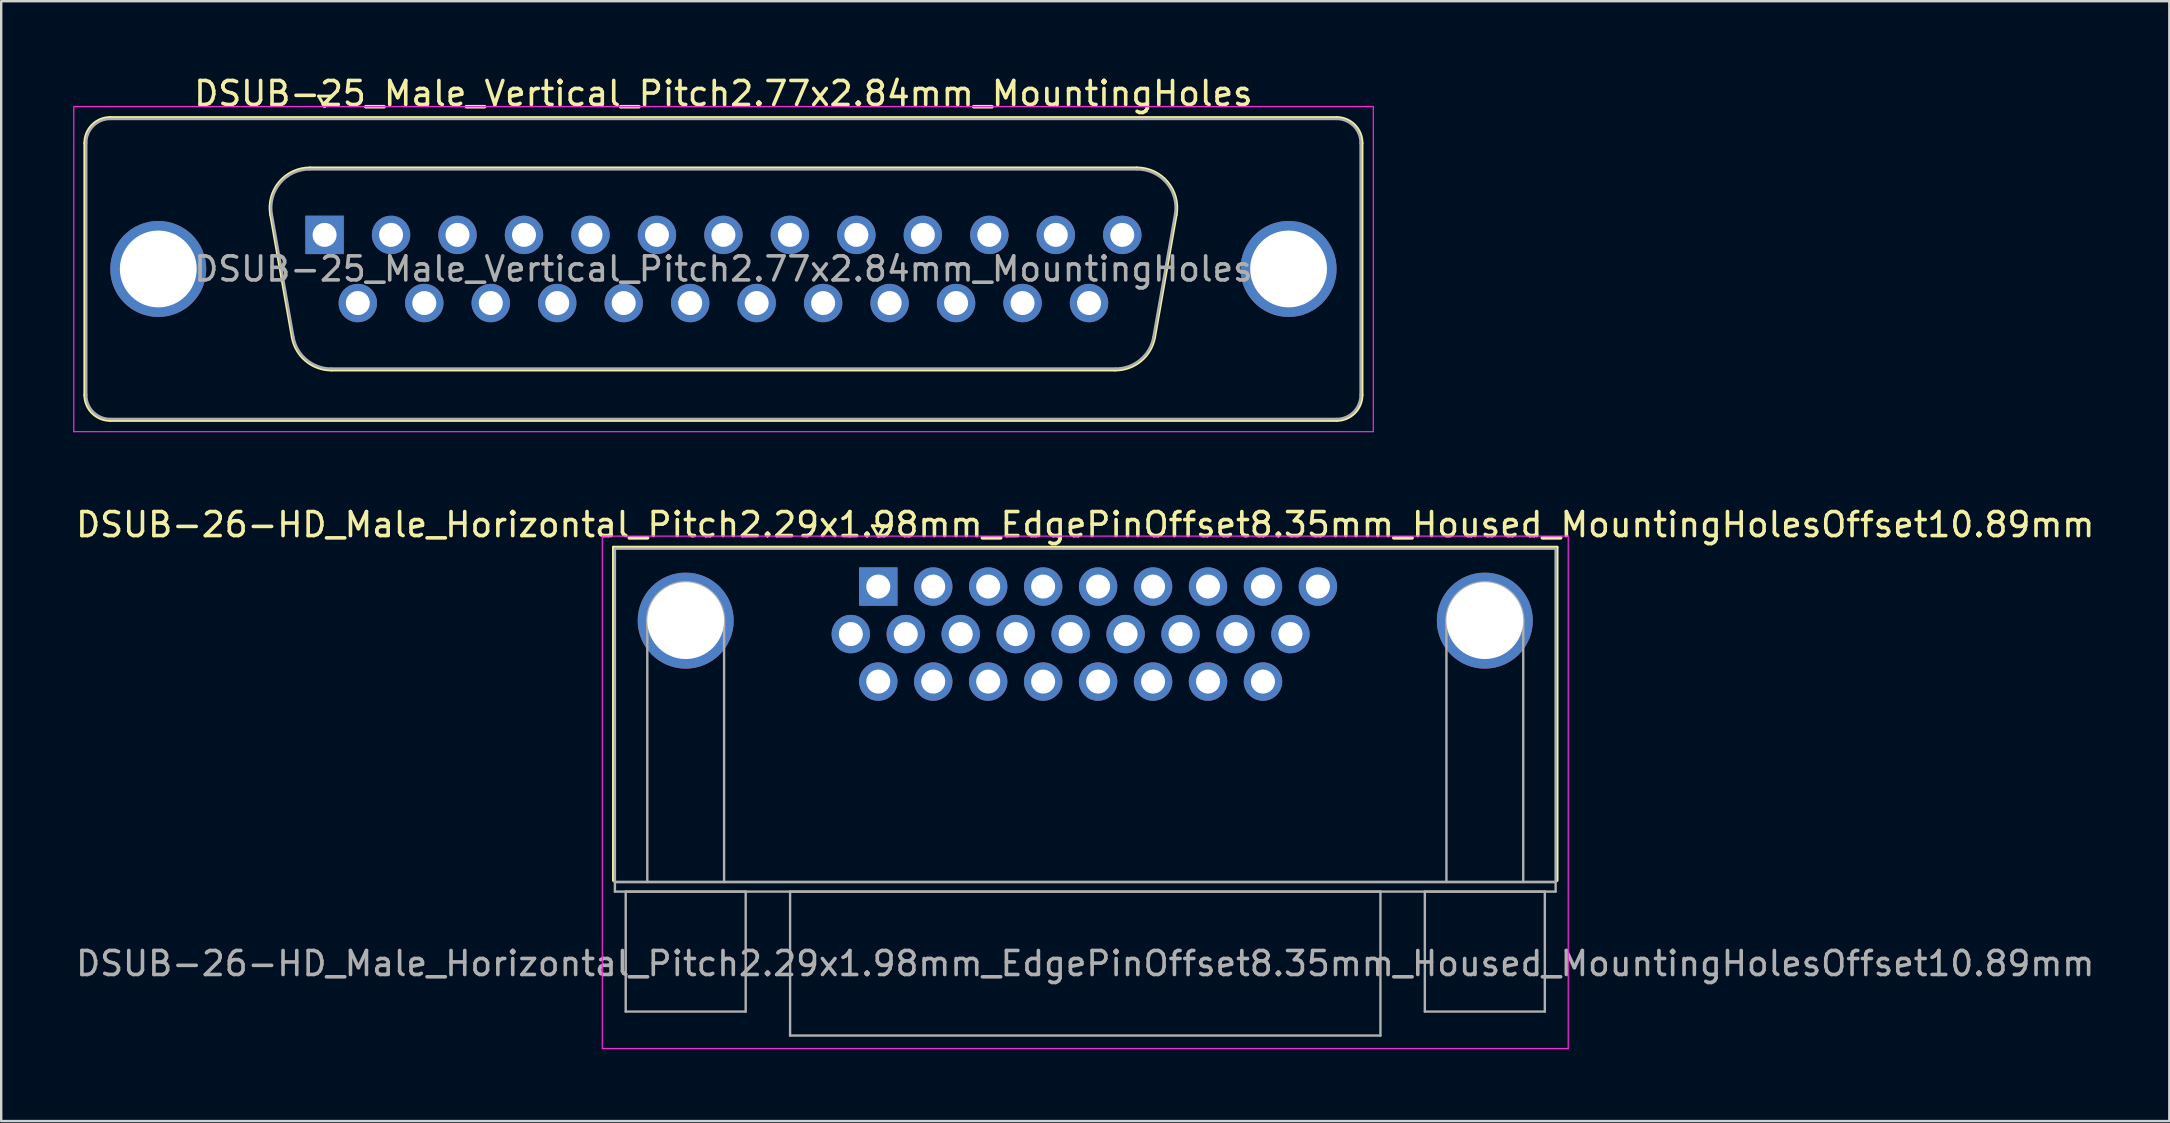
<source format=kicad_pcb>
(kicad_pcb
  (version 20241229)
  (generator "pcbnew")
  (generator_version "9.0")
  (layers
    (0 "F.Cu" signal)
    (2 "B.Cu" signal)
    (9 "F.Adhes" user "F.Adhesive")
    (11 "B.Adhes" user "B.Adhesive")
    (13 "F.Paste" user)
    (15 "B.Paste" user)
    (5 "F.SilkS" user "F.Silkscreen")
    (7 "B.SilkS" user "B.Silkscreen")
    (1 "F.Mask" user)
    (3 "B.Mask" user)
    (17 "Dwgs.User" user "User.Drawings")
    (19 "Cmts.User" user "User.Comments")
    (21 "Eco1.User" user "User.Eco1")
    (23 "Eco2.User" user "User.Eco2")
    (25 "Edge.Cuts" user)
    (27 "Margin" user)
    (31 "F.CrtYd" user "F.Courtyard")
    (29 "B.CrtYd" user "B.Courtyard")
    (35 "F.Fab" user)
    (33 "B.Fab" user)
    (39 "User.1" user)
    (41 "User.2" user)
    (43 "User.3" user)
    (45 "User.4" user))
  (footprint "DSUB-26-HD_Male_Horizontal_Pitch2.29x1.98mm_EdgePinOffset8.35mm_Housed_MountingHolesOffset10.89mm"
    (layer "F.Cu")
    (at 33.548 21.392)
    (property "Reference" "DSUB-26-HD_Male_Horizontal_Pitch2.29x1.98mm_EdgePinOffset8.35mm_Housed_MountingHolesOffset10.89mm" (at 8.625 -2.58 0) (layer "F.SilkS") (effects (font (size 1 1) (thickness 0.15))))
    (attr through_hole)
    (fp_line (start -11.035 -1.64) (end 28.285 -1.64) (stroke (width 0.12) (type solid)) (layer "F.SilkS"))
    (fp_line (start -11.035 12.25) (end -11.035 -1.64) (stroke (width 0.12) (type solid)) (layer "F.SilkS"))
    (fp_line (start -0.25 -2.534) (end 0.25 -2.534) (stroke (width 0.12) (type solid)) (layer "F.SilkS"))
    (fp_line (start 0 -2.101) (end -0.25 -2.534) (stroke (width 0.12) (type solid)) (layer "F.SilkS"))
    (fp_line (start 0.25 -2.534) (end 0 -2.101) (stroke (width 0.12) (type solid)) (layer "F.SilkS"))
    (fp_line (start 28.285 -1.64) (end 28.285 12.25) (stroke (width 0.12) (type solid)) (layer "F.SilkS"))
    (fp_line (start -11.5 -2.1) (end -11.5 19.25) (stroke (width 0.05) (type solid)) (layer "F.CrtYd"))
    (fp_line (start -11.5 19.25) (end 28.75 19.25) (stroke (width 0.05) (type solid)) (layer "F.CrtYd"))
    (fp_line (start 28.75 -2.1) (end -11.5 -2.1) (stroke (width 0.05) (type solid)) (layer "F.CrtYd"))
    (fp_line (start 28.75 19.25) (end 28.75 -2.1) (stroke (width 0.05) (type solid)) (layer "F.CrtYd"))
    (fp_line (start -10.975 -1.58) (end -10.975 12.31) (stroke (width 0.1) (type solid)) (layer "F.Fab"))
    (fp_line (start -10.975 12.31) (end -10.975 12.71) (stroke (width 0.1) (type solid)) (layer "F.Fab"))
    (fp_line (start -10.975 12.31) (end 28.225 12.31) (stroke (width 0.1) (type solid)) (layer "F.Fab"))
    (fp_line (start -10.975 12.71) (end 28.225 12.71) (stroke (width 0.1) (type solid)) (layer "F.Fab"))
    (fp_line (start -10.525 12.71) (end -10.525 17.71) (stroke (width 0.1) (type solid)) (layer "F.Fab"))
    (fp_line (start -10.525 17.71) (end -5.525 17.71) (stroke (width 0.1) (type solid)) (layer "F.Fab"))
    (fp_line (start -9.625 12.31) (end -9.625 1.42) (stroke (width 0.1) (type solid)) (layer "F.Fab"))
    (fp_line (start -6.425 12.31) (end -6.425 1.42) (stroke (width 0.1) (type solid)) (layer "F.Fab"))
    (fp_line (start -5.525 12.71) (end -10.525 12.71) (stroke (width 0.1) (type solid)) (layer "F.Fab"))
    (fp_line (start -5.525 17.71) (end -5.525 12.71) (stroke (width 0.1) (type solid)) (layer "F.Fab"))
    (fp_line (start -3.675 12.71) (end -3.675 18.71) (stroke (width 0.1) (type solid)) (layer "F.Fab"))
    (fp_line (start -3.675 18.71) (end 20.925 18.71) (stroke (width 0.1) (type solid)) (layer "F.Fab"))
    (fp_line (start 20.925 12.71) (end -3.675 12.71) (stroke (width 0.1) (type solid)) (layer "F.Fab"))
    (fp_line (start 20.925 18.71) (end 20.925 12.71) (stroke (width 0.1) (type solid)) (layer "F.Fab"))
    (fp_line (start 22.775 12.71) (end 22.775 17.71) (stroke (width 0.1) (type solid)) (layer "F.Fab"))
    (fp_line (start 22.775 17.71) (end 27.775 17.71) (stroke (width 0.1) (type solid)) (layer "F.Fab"))
    (fp_line (start 23.675 12.31) (end 23.675 1.42) (stroke (width 0.1) (type solid)) (layer "F.Fab"))
    (fp_line (start 26.875 12.31) (end 26.875 1.42) (stroke (width 0.1) (type solid)) (layer "F.Fab"))
    (fp_line (start 27.775 12.71) (end 22.775 12.71) (stroke (width 0.1) (type solid)) (layer "F.Fab"))
    (fp_line (start 27.775 17.71) (end 27.775 12.71) (stroke (width 0.1) (type solid)) (layer "F.Fab"))
    (fp_line (start 28.225 -1.58) (end -10.975 -1.58) (stroke (width 0.1) (type solid)) (layer "F.Fab"))
    (fp_line (start 28.225 12.31) (end -10.975 12.31) (stroke (width 0.1) (type solid)) (layer "F.Fab"))
    (fp_line (start 28.225 12.31) (end 28.225 -1.58) (stroke (width 0.1) (type solid)) (layer "F.Fab"))
    (fp_line (start 28.225 12.71) (end 28.225 12.31) (stroke (width 0.1) (type solid)) (layer "F.Fab"))
    (fp_arc (start -9.625 1.42) (mid -8.025 -0.18) (end -6.425 1.42) (stroke (width 0.1) (type solid)) (layer "F.Fab"))
    (fp_arc (start 23.675 1.42) (mid 25.275 -0.18) (end 26.875 1.42) (stroke (width 0.1) (type solid)) (layer "F.Fab"))
    (fp_text user "${REFERENCE}" (at 8.625 15.71 0) (layer "F.Fab") (effects (font (size 1 1) (thickness 0.15))))
    (pad "0" thru_hole circle (at -8.025 1.42) (size 4 4) (drill 3.2) (layers "*.Cu" "*.Mask"))
    (pad "0" thru_hole circle (at 25.275 1.42) (size 4 4) (drill 3.2) (layers "*.Cu" "*.Mask"))
    (pad "1" thru_hole rect (at 0 0) (size 1.6 1.6) (drill 1) (layers "*.Cu" "*.Mask"))
    (pad "2" thru_hole circle (at 2.29 0) (size 1.6 1.6) (drill 1) (layers "*.Cu" "*.Mask"))
    (pad "3" thru_hole circle (at 4.58 0) (size 1.6 1.6) (drill 1) (layers "*.Cu" "*.Mask"))
    (pad "4" thru_hole circle (at 6.87 0) (size 1.6 1.6) (drill 1) (layers "*.Cu" "*.Mask"))
    (pad "5" thru_hole circle (at 9.16 0) (size 1.6 1.6) (drill 1) (layers "*.Cu" "*.Mask"))
    (pad "6" thru_hole circle (at 11.45 0) (size 1.6 1.6) (drill 1) (layers "*.Cu" "*.Mask"))
    (pad "7" thru_hole circle (at 13.74 0) (size 1.6 1.6) (drill 1) (layers "*.Cu" "*.Mask"))
    (pad "8" thru_hole circle (at 16.03 0) (size 1.6 1.6) (drill 1) (layers "*.Cu" "*.Mask"))
    (pad "9" thru_hole circle (at 18.32 0) (size 1.6 1.6) (drill 1) (layers "*.Cu" "*.Mask"))
    (pad "10" thru_hole circle (at -1.145 1.98) (size 1.6 1.6) (drill 1) (layers "*.Cu" "*.Mask"))
    (pad "11" thru_hole circle (at 1.145 1.98) (size 1.6 1.6) (drill 1) (layers "*.Cu" "*.Mask"))
    (pad "12" thru_hole circle (at 3.435 1.98) (size 1.6 1.6) (drill 1) (layers "*.Cu" "*.Mask"))
    (pad "13" thru_hole circle (at 5.725 1.98) (size 1.6 1.6) (drill 1) (layers "*.Cu" "*.Mask"))
    (pad "14" thru_hole circle (at 8.015 1.98) (size 1.6 1.6) (drill 1) (layers "*.Cu" "*.Mask"))
    (pad "15" thru_hole circle (at 10.305 1.98) (size 1.6 1.6) (drill 1) (layers "*.Cu" "*.Mask"))
    (pad "16" thru_hole circle (at 12.595 1.98) (size 1.6 1.6) (drill 1) (layers "*.Cu" "*.Mask"))
    (pad "17" thru_hole circle (at 14.885 1.98) (size 1.6 1.6) (drill 1) (layers "*.Cu" "*.Mask"))
    (pad "18" thru_hole circle (at 17.175 1.98) (size 1.6 1.6) (drill 1) (layers "*.Cu" "*.Mask"))
    (pad "19" thru_hole circle (at 0 3.96) (size 1.6 1.6) (drill 1) (layers "*.Cu" "*.Mask"))
    (pad "20" thru_hole circle (at 2.29 3.96) (size 1.6 1.6) (drill 1) (layers "*.Cu" "*.Mask"))
    (pad "21" thru_hole circle (at 4.58 3.96) (size 1.6 1.6) (drill 1) (layers "*.Cu" "*.Mask"))
    (pad "22" thru_hole circle (at 6.87 3.96) (size 1.6 1.6) (drill 1) (layers "*.Cu" "*.Mask"))
    (pad "23" thru_hole circle (at 9.16 3.96) (size 1.6 1.6) (drill 1) (layers "*.Cu" "*.Mask"))
    (pad "24" thru_hole circle (at 11.45 3.96) (size 1.6 1.6) (drill 1) (layers "*.Cu" "*.Mask"))
    (pad "25" thru_hole circle (at 13.74 3.96) (size 1.6 1.6) (drill 1) (layers "*.Cu" "*.Mask"))
    (pad "26" thru_hole circle (at 16.03 3.96) (size 1.6 1.6) (drill 1) (layers "*.Cu" "*.Mask")))
  (footprint "DSUB-25_Male_Vertical_Pitch2.77x2.84mm_MountingHoles"
    (layer "F.Cu")
    (at 10.475 6.738)
    (property "Reference" "DSUB-25_Male_Vertical_Pitch2.77x2.84mm_MountingHoles" (at 16.62 -5.89 0) (layer "F.SilkS") (effects (font (size 1 1) (thickness 0.15))))
    (attr through_hole)
    (fp_line (start -9.99 6.67) (end -9.99 -3.83) (stroke (width 0.12) (type solid)) (layer "F.SilkS"))
    (fp_line (start -8.93 -4.89) (end 42.17 -4.89) (stroke (width 0.12) (type solid)) (layer "F.SilkS"))
    (fp_line (start -2.246 -0.842) (end -1.347 4.258) (stroke (width 0.12) (type solid)) (layer "F.SilkS"))
    (fp_line (start -0.612 -2.79) (end 33.852 -2.79) (stroke (width 0.12) (type solid)) (layer "F.SilkS"))
    (fp_line (start -0.25 -5.784) (end 0.25 -5.784) (stroke (width 0.12) (type solid)) (layer "F.SilkS"))
    (fp_line (start 0 -5.351) (end -0.25 -5.784) (stroke (width 0.12) (type solid)) (layer "F.SilkS"))
    (fp_line (start 0.25 -5.784) (end 0 -5.351) (stroke (width 0.12) (type solid)) (layer "F.SilkS"))
    (fp_line (start 0.288 5.63) (end 32.952 5.63) (stroke (width 0.12) (type solid)) (layer "F.SilkS"))
    (fp_line (start 35.486 -0.842) (end 34.587 4.258) (stroke (width 0.12) (type solid)) (layer "F.SilkS"))
    (fp_line (start 42.17 7.73) (end -8.93 7.73) (stroke (width 0.12) (type solid)) (layer "F.SilkS"))
    (fp_line (start 43.23 -3.83) (end 43.23 6.67) (stroke (width 0.12) (type solid)) (layer "F.SilkS"))
    (fp_arc (start -9.99 -3.83) (mid -9.679533 -4.579533) (end -8.93 -4.89) (stroke (width 0.12) (type solid)) (layer "F.SilkS"))
    (fp_arc (start -8.93 7.73) (mid -9.679533 7.419533) (end -9.99 6.67) (stroke (width 0.12) (type solid)) (layer "F.SilkS"))
    (fp_arc (start -2.24647 -0.841744) (mid -1.883323 -2.197028) (end -0.611689 -2.79) (stroke (width 0.12) (type solid)) (layer "F.SilkS"))
    (fp_arc (start 0.287579 5.63) (mid -0.779448 5.241634) (end -1.347202 4.258256) (stroke (width 0.12) (type solid)) (layer "F.SilkS"))
    (fp_arc (start 33.851689 -2.79) (mid 35.123323 -2.197027) (end 35.48647 -0.841744) (stroke (width 0.12) (type solid)) (layer "F.SilkS"))
    (fp_arc (start 34.587202 4.258256) (mid 34.019449 5.241634) (end 32.952421 5.63) (stroke (width 0.12) (type solid)) (layer "F.SilkS"))
    (fp_arc (start 42.17 -4.89) (mid 42.919533 -4.579533) (end 43.23 -3.83) (stroke (width 0.12) (type solid)) (layer "F.SilkS"))
    (fp_arc (start 43.23 6.67) (mid 42.919533 7.419533) (end 42.17 7.73) (stroke (width 0.12) (type solid)) (layer "F.SilkS"))
    (fp_line (start -10.45 -5.35) (end -10.45 8.2) (stroke (width 0.05) (type solid)) (layer "F.CrtYd"))
    (fp_line (start -10.45 8.2) (end 43.7 8.2) (stroke (width 0.05) (type solid)) (layer "F.CrtYd"))
    (fp_line (start 43.7 -5.35) (end -10.45 -5.35) (stroke (width 0.05) (type solid)) (layer "F.CrtYd"))
    (fp_line (start 43.7 8.2) (end 43.7 -5.35) (stroke (width 0.05) (type solid)) (layer "F.CrtYd"))
    (fp_line (start -9.93 6.67) (end -9.93 -3.83) (stroke (width 0.1) (type solid)) (layer "F.Fab"))
    (fp_line (start -8.93 -4.83) (end 42.17 -4.83) (stroke (width 0.1) (type solid)) (layer "F.Fab"))
    (fp_line (start -2.199 -0.852) (end -1.3 4.248) (stroke (width 0.1) (type solid)) (layer "F.Fab"))
    (fp_line (start -0.623 -2.73) (end 33.863 -2.73) (stroke (width 0.1) (type solid)) (layer "F.Fab"))
    (fp_line (start 0.276 5.57) (end 32.964 5.57) (stroke (width 0.1) (type solid)) (layer "F.Fab"))
    (fp_line (start 35.439 -0.852) (end 34.54 4.248) (stroke (width 0.1) (type solid)) (layer "F.Fab"))
    (fp_line (start 42.17 7.67) (end -8.93 7.67) (stroke (width 0.1) (type solid)) (layer "F.Fab"))
    (fp_line (start 43.17 -3.83) (end 43.17 6.67) (stroke (width 0.1) (type solid)) (layer "F.Fab"))
    (fp_arc (start -9.93 -3.83) (mid -9.637107 -4.537107) (end -8.93 -4.83) (stroke (width 0.1) (type solid)) (layer "F.Fab"))
    (fp_arc (start -8.93 7.67) (mid -9.637107 7.377107) (end -9.93 6.67) (stroke (width 0.1) (type solid)) (layer "F.Fab"))
    (fp_arc (start -2.198886 -0.852163) (mid -1.848865 -2.15846) (end -0.623194 -2.73) (stroke (width 0.1) (type solid)) (layer "F.Fab"))
    (fp_arc (start 0.276073 5.57) (mid -0.752387 5.195671) (end -1.299619 4.247837) (stroke (width 0.1) (type solid)) (layer "F.Fab"))
    (fp_arc (start 33.863194 -2.73) (mid 35.088865 -2.15846) (end 35.438886 -0.852163) (stroke (width 0.1) (type solid)) (layer "F.Fab"))
    (fp_arc (start 34.539619 4.247837) (mid 33.992387 5.195671) (end 32.963927 5.57) (stroke (width 0.1) (type solid)) (layer "F.Fab"))
    (fp_arc (start 42.17 -4.83) (mid 42.877107 -4.537107) (end 43.17 -3.83) (stroke (width 0.1) (type solid)) (layer "F.Fab"))
    (fp_arc (start 43.17 6.67) (mid 42.877107 7.377107) (end 42.17 7.67) (stroke (width 0.1) (type solid)) (layer "F.Fab"))
    (fp_text user "${REFERENCE}" (at 16.62 1.42 0) (layer "F.Fab") (effects (font (size 1 1) (thickness 0.15))))
    (pad "0" thru_hole circle (at -6.93 1.42) (size 4 4) (drill 3.2) (layers "*.Cu" "*.Mask"))
    (pad "0" thru_hole circle (at 40.17 1.42) (size 4 4) (drill 3.2) (layers "*.Cu" "*.Mask"))
    (pad "1" thru_hole rect (at 0 0) (size 1.6 1.6) (drill 1) (layers "*.Cu" "*.Mask"))
    (pad "2" thru_hole circle (at 2.77 0) (size 1.6 1.6) (drill 1) (layers "*.Cu" "*.Mask"))
    (pad "3" thru_hole circle (at 5.54 0) (size 1.6 1.6) (drill 1) (layers "*.Cu" "*.Mask"))
    (pad "4" thru_hole circle (at 8.31 0) (size 1.6 1.6) (drill 1) (layers "*.Cu" "*.Mask"))
    (pad "5" thru_hole circle (at 11.08 0) (size 1.6 1.6) (drill 1) (layers "*.Cu" "*.Mask"))
    (pad "6" thru_hole circle (at 13.85 0) (size 1.6 1.6) (drill 1) (layers "*.Cu" "*.Mask"))
    (pad "7" thru_hole circle (at 16.62 0) (size 1.6 1.6) (drill 1) (layers "*.Cu" "*.Mask"))
    (pad "8" thru_hole circle (at 19.39 0) (size 1.6 1.6) (drill 1) (layers "*.Cu" "*.Mask"))
    (pad "9" thru_hole circle (at 22.16 0) (size 1.6 1.6) (drill 1) (layers "*.Cu" "*.Mask"))
    (pad "10" thru_hole circle (at 24.93 0) (size 1.6 1.6) (drill 1) (layers "*.Cu" "*.Mask"))
    (pad "11" thru_hole circle (at 27.7 0) (size 1.6 1.6) (drill 1) (layers "*.Cu" "*.Mask"))
    (pad "12" thru_hole circle (at 30.47 0) (size 1.6 1.6) (drill 1) (layers "*.Cu" "*.Mask"))
    (pad "13" thru_hole circle (at 33.24 0) (size 1.6 1.6) (drill 1) (layers "*.Cu" "*.Mask"))
    (pad "14" thru_hole circle (at 1.385 2.84) (size 1.6 1.6) (drill 1) (layers "*.Cu" "*.Mask"))
    (pad "15" thru_hole circle (at 4.155 2.84) (size 1.6 1.6) (drill 1) (layers "*.Cu" "*.Mask"))
    (pad "16" thru_hole circle (at 6.925 2.84) (size 1.6 1.6) (drill 1) (layers "*.Cu" "*.Mask"))
    (pad "17" thru_hole circle (at 9.695 2.84) (size 1.6 1.6) (drill 1) (layers "*.Cu" "*.Mask"))
    (pad "18" thru_hole circle (at 12.465 2.84) (size 1.6 1.6) (drill 1) (layers "*.Cu" "*.Mask"))
    (pad "19" thru_hole circle (at 15.235 2.84) (size 1.6 1.6) (drill 1) (layers "*.Cu" "*.Mask"))
    (pad "20" thru_hole circle (at 18.005 2.84) (size 1.6 1.6) (drill 1) (layers "*.Cu" "*.Mask"))
    (pad "21" thru_hole circle (at 20.775 2.84) (size 1.6 1.6) (drill 1) (layers "*.Cu" "*.Mask"))
    (pad "22" thru_hole circle (at 23.545 2.84) (size 1.6 1.6) (drill 1) (layers "*.Cu" "*.Mask"))
    (pad "23" thru_hole circle (at 26.315 2.84) (size 1.6 1.6) (drill 1) (layers "*.Cu" "*.Mask"))
    (pad "24" thru_hole circle (at 29.085 2.84) (size 1.6 1.6) (drill 1) (layers "*.Cu" "*.Mask"))
    (pad "25" thru_hole circle (at 31.855 2.84) (size 1.6 1.6) (drill 1) (layers "*.Cu" "*.Mask")))
  (gr_rect
    (start -3 -3)
    (end 87.345 43.666)
    (stroke (width 0.1) (type default))
    (fill no)
    (layer "Edge.Cuts")))
</source>
